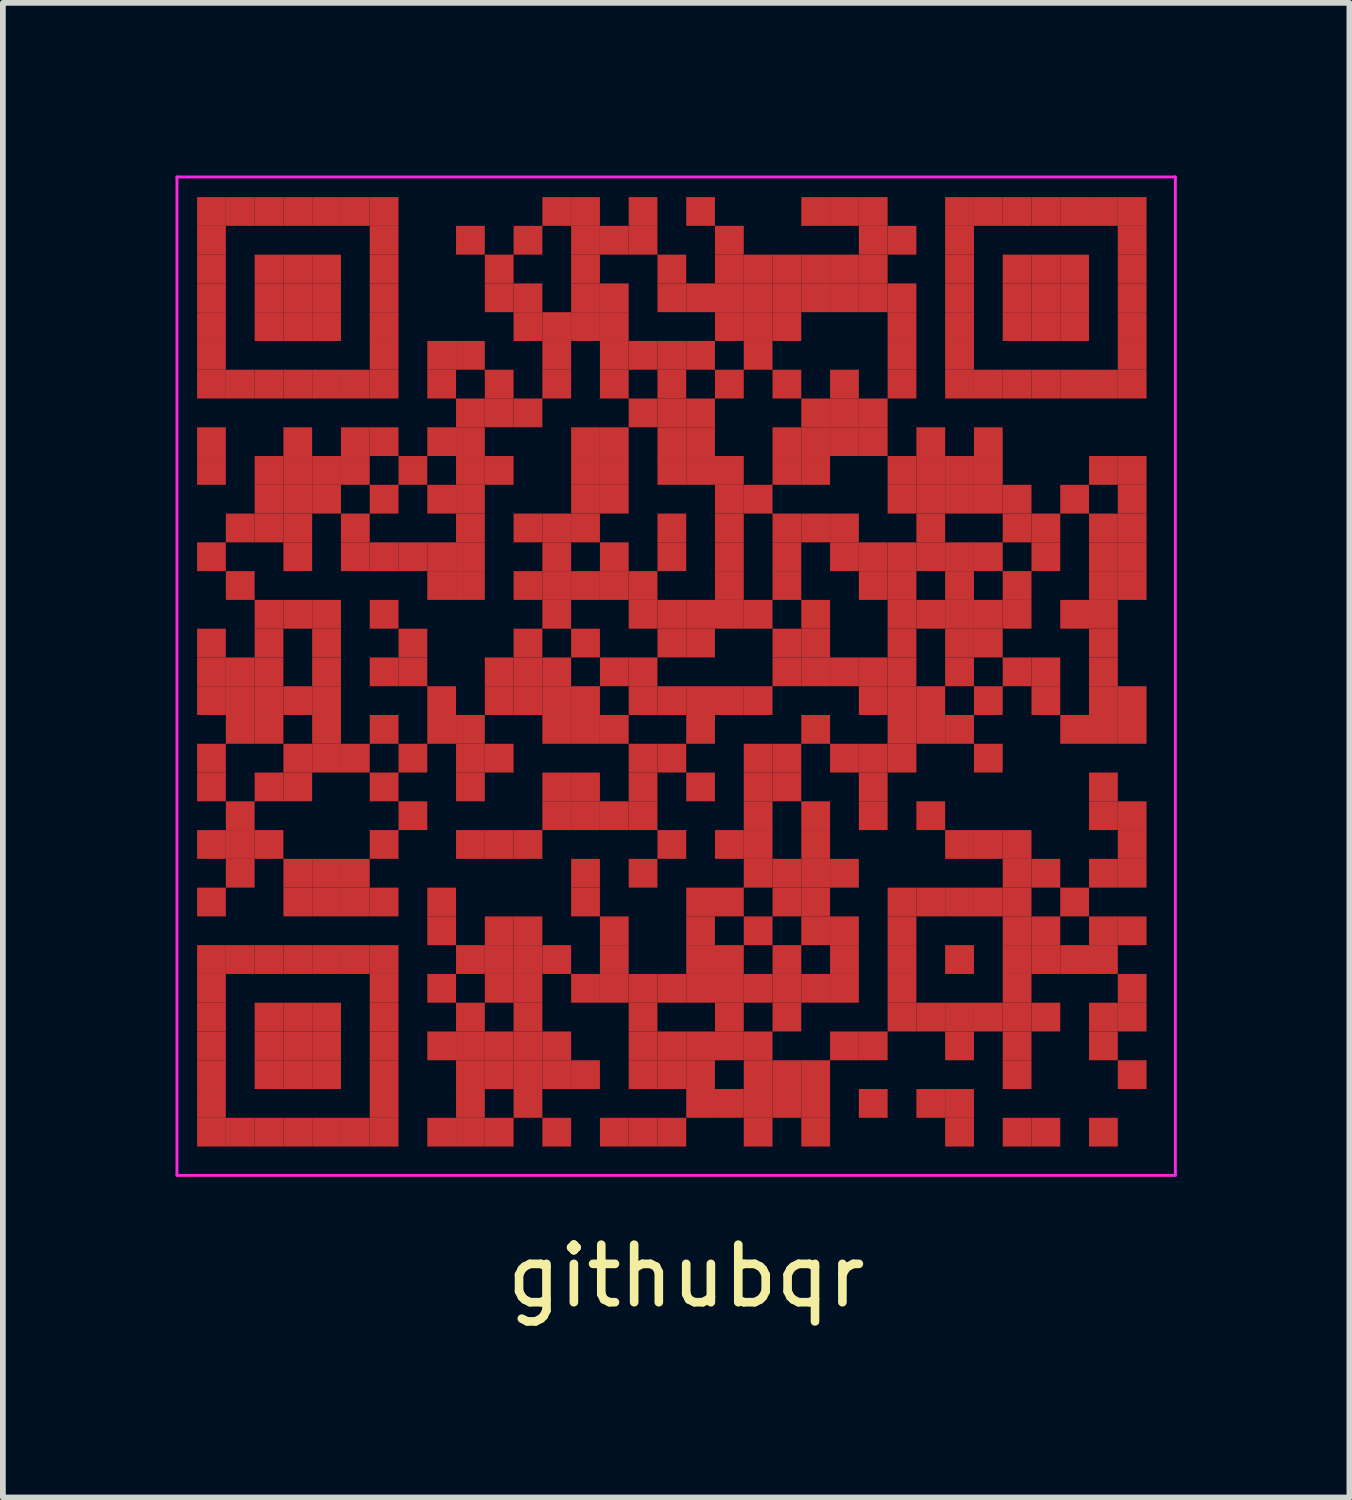
<source format=kicad_pcb>
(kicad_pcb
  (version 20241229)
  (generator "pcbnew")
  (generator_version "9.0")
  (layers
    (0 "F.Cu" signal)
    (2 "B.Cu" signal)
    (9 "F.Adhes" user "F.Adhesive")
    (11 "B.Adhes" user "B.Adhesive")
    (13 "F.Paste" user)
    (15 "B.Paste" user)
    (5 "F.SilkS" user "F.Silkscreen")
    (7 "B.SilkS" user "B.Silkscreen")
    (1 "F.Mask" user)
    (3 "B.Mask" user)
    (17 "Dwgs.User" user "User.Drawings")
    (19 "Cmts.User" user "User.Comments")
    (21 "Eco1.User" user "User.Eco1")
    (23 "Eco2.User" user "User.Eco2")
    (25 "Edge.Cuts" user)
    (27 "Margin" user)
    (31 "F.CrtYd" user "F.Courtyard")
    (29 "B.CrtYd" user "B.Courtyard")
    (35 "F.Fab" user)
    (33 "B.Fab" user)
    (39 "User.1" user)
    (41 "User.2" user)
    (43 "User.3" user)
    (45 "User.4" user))
  (footprint "githubqr"
    (layer "F.Cu")
    (at 8.875 8.875)
    (property "Reference" "githubqr" (at 0 10.25 0) (layer "F.SilkS") (effects (font (size 1 1) (thickness 0.15))))
    (attr through_hole)
    (fp_poly (pts (xy 8.5 8.5) (xy 8.5 -8.8) (xy -8.8 -8.8) (xy -8.8 8.5)) (stroke (width 0) (type solid)) (fill yes) (layer "F.Mask"))
    (fp_line (start -8.85 -8.85) (end 8.5 -8.85) (stroke (width 0.05) (type solid)) (layer "F.CrtYd"))
    (fp_line (start -8.85 8.5) (end -8.85 -8.85) (stroke (width 0.05) (type solid)) (layer "F.CrtYd"))
    (fp_line (start 8.5 -8.85) (end 8.5 8.5) (stroke (width 0.05) (type solid)) (layer "F.CrtYd"))
    (fp_line (start 8.5 8.5) (end -8.85 8.5) (stroke (width 0.05) (type solid)) (layer "F.CrtYd"))
    (pad "" smd rect (at -8.25 -8.25) (size 0.5 0.5) (layers "F.Cu"))
    (pad "" smd rect (at -8.25 -7.75) (size 0.5 0.5) (layers "F.Cu"))
    (pad "" smd rect (at -8.25 -7.25) (size 0.5 0.5) (layers "F.Cu"))
    (pad "" smd rect (at -8.25 -6.75) (size 0.5 0.5) (layers "F.Cu"))
    (pad "" smd rect (at -8.25 -6.25) (size 0.5 0.5) (layers "F.Cu"))
    (pad "" smd rect (at -8.25 -5.75) (size 0.5 0.5) (layers "F.Cu"))
    (pad "" smd rect (at -8.25 -5.25) (size 0.5 0.5) (layers "F.Cu"))
    (pad "" smd rect (at -8.25 -4.25) (size 0.5 0.5) (layers "F.Cu"))
    (pad "" smd rect (at -8.25 -3.75) (size 0.5 0.5) (layers "F.Cu"))
    (pad "" smd rect (at -8.25 -2.25) (size 0.5 0.5) (layers "F.Cu"))
    (pad "" smd rect (at -8.25 -0.75) (size 0.5 0.5) (layers "F.Cu"))
    (pad "" smd rect (at -8.25 -0.25) (size 0.5 0.5) (layers "F.Cu"))
    (pad "" smd rect (at -8.25 0.25) (size 0.5 0.5) (layers "F.Cu"))
    (pad "" smd rect (at -8.25 1.25) (size 0.5 0.5) (layers "F.Cu"))
    (pad "" smd rect (at -8.25 1.75) (size 0.5 0.5) (layers "F.Cu"))
    (pad "" smd rect (at -8.25 2.75) (size 0.5 0.5) (layers "F.Cu"))
    (pad "" smd rect (at -8.25 3.75) (size 0.5 0.5) (layers "F.Cu"))
    (pad "" smd rect (at -8.25 4.75) (size 0.5 0.5) (layers "F.Cu"))
    (pad "" smd rect (at -8.25 5.25) (size 0.5 0.5) (layers "F.Cu"))
    (pad "" smd rect (at -8.25 5.75) (size 0.5 0.5) (layers "F.Cu"))
    (pad "" smd rect (at -8.25 6.25) (size 0.5 0.5) (layers "F.Cu"))
    (pad "" smd rect (at -8.25 6.75) (size 0.5 0.5) (layers "F.Cu"))
    (pad "" smd rect (at -8.25 7.25) (size 0.5 0.5) (layers "F.Cu"))
    (pad "" smd rect (at -8.25 7.75) (size 0.5 0.5) (layers "F.Cu"))
    (pad "" smd rect (at -7.75 -8.25) (size 0.5 0.5) (layers "F.Cu"))
    (pad "" smd rect (at -7.75 -5.25) (size 0.5 0.5) (layers "F.Cu"))
    (pad "" smd rect (at -7.75 -2.75) (size 0.5 0.5) (layers "F.Cu"))
    (pad "" smd rect (at -7.75 -1.75) (size 0.5 0.5) (layers "F.Cu"))
    (pad "" smd rect (at -7.75 -0.25) (size 0.5 0.5) (layers "F.Cu"))
    (pad "" smd rect (at -7.75 0.25) (size 0.5 0.5) (layers "F.Cu"))
    (pad "" smd rect (at -7.75 0.75) (size 0.5 0.5) (layers "F.Cu"))
    (pad "" smd rect (at -7.75 2.25) (size 0.5 0.5) (layers "F.Cu"))
    (pad "" smd rect (at -7.75 2.75) (size 0.5 0.5) (layers "F.Cu"))
    (pad "" smd rect (at -7.75 3.25) (size 0.5 0.5) (layers "F.Cu"))
    (pad "" smd rect (at -7.75 4.75) (size 0.5 0.5) (layers "F.Cu"))
    (pad "" smd rect (at -7.75 7.75) (size 0.5 0.5) (layers "F.Cu"))
    (pad "" smd rect (at -7.25 -8.25) (size 0.5 0.5) (layers "F.Cu"))
    (pad "" smd rect (at -7.25 -7.25) (size 0.5 0.5) (layers "F.Cu"))
    (pad "" smd rect (at -7.25 -6.75) (size 0.5 0.5) (layers "F.Cu"))
    (pad "" smd rect (at -7.25 -6.25) (size 0.5 0.5) (layers "F.Cu"))
    (pad "" smd rect (at -7.25 -5.25) (size 0.5 0.5) (layers "F.Cu"))
    (pad "" smd rect (at -7.25 -3.75) (size 0.5 0.5) (layers "F.Cu"))
    (pad "" smd rect (at -7.25 -3.25) (size 0.5 0.5) (layers "F.Cu"))
    (pad "" smd rect (at -7.25 -2.75) (size 0.5 0.5) (layers "F.Cu"))
    (pad "" smd rect (at -7.25 -1.25) (size 0.5 0.5) (layers "F.Cu"))
    (pad "" smd rect (at -7.25 -0.75) (size 0.5 0.5) (layers "F.Cu"))
    (pad "" smd rect (at -7.25 -0.25) (size 0.5 0.5) (layers "F.Cu"))
    (pad "" smd rect (at -7.25 0.25) (size 0.5 0.5) (layers "F.Cu"))
    (pad "" smd rect (at -7.25 0.75) (size 0.5 0.5) (layers "F.Cu"))
    (pad "" smd rect (at -7.25 1.75) (size 0.5 0.5) (layers "F.Cu"))
    (pad "" smd rect (at -7.25 2.75) (size 0.5 0.5) (layers "F.Cu"))
    (pad "" smd rect (at -7.25 4.75) (size 0.5 0.5) (layers "F.Cu"))
    (pad "" smd rect (at -7.25 5.75) (size 0.5 0.5) (layers "F.Cu"))
    (pad "" smd rect (at -7.25 6.25) (size 0.5 0.5) (layers "F.Cu"))
    (pad "" smd rect (at -7.25 6.75) (size 0.5 0.5) (layers "F.Cu"))
    (pad "" smd rect (at -7.25 7.75) (size 0.5 0.5) (layers "F.Cu"))
    (pad "" smd rect (at -6.75 -8.25) (size 0.5 0.5) (layers "F.Cu"))
    (pad "" smd rect (at -6.75 -7.25) (size 0.5 0.5) (layers "F.Cu"))
    (pad "" smd rect (at -6.75 -6.75) (size 0.5 0.5) (layers "F.Cu"))
    (pad "" smd rect (at -6.75 -6.25) (size 0.5 0.5) (layers "F.Cu"))
    (pad "" smd rect (at -6.75 -5.25) (size 0.5 0.5) (layers "F.Cu"))
    (pad "" smd rect (at -6.75 -4.25) (size 0.5 0.5) (layers "F.Cu"))
    (pad "" smd rect (at -6.75 -3.75) (size 0.5 0.5) (layers "F.Cu"))
    (pad "" smd rect (at -6.75 -3.25) (size 0.5 0.5) (layers "F.Cu"))
    (pad "" smd rect (at -6.75 -2.75) (size 0.5 0.5) (layers "F.Cu"))
    (pad "" smd rect (at -6.75 -2.25) (size 0.5 0.5) (layers "F.Cu"))
    (pad "" smd rect (at -6.75 -1.25) (size 0.5 0.5) (layers "F.Cu"))
    (pad "" smd rect (at -6.75 0.25) (size 0.5 0.5) (layers "F.Cu"))
    (pad "" smd rect (at -6.75 1.25) (size 0.5 0.5) (layers "F.Cu"))
    (pad "" smd rect (at -6.75 1.75) (size 0.5 0.5) (layers "F.Cu"))
    (pad "" smd rect (at -6.75 3.25) (size 0.5 0.5) (layers "F.Cu"))
    (pad "" smd rect (at -6.75 3.75) (size 0.5 0.5) (layers "F.Cu"))
    (pad "" smd rect (at -6.75 4.75) (size 0.5 0.5) (layers "F.Cu"))
    (pad "" smd rect (at -6.75 5.75) (size 0.5 0.5) (layers "F.Cu"))
    (pad "" smd rect (at -6.75 6.25) (size 0.5 0.5) (layers "F.Cu"))
    (pad "" smd rect (at -6.75 6.75) (size 0.5 0.5) (layers "F.Cu"))
    (pad "" smd rect (at -6.75 7.75) (size 0.5 0.5) (layers "F.Cu"))
    (pad "" smd rect (at -6.25 -8.25) (size 0.5 0.5) (layers "F.Cu"))
    (pad "" smd rect (at -6.25 -7.25) (size 0.5 0.5) (layers "F.Cu"))
    (pad "" smd rect (at -6.25 -6.75) (size 0.5 0.5) (layers "F.Cu"))
    (pad "" smd rect (at -6.25 -6.25) (size 0.5 0.5) (layers "F.Cu"))
    (pad "" smd rect (at -6.25 -5.25) (size 0.5 0.5) (layers "F.Cu"))
    (pad "" smd rect (at -6.25 -3.75) (size 0.5 0.5) (layers "F.Cu"))
    (pad "" smd rect (at -6.25 -3.25) (size 0.5 0.5) (layers "F.Cu"))
    (pad "" smd rect (at -6.25 -1.25) (size 0.5 0.5) (layers "F.Cu"))
    (pad "" smd rect (at -6.25 -0.75) (size 0.5 0.5) (layers "F.Cu"))
    (pad "" smd rect (at -6.25 -0.25) (size 0.5 0.5) (layers "F.Cu"))
    (pad "" smd rect (at -6.25 0.25) (size 0.5 0.5) (layers "F.Cu"))
    (pad "" smd rect (at -6.25 0.75) (size 0.5 0.5) (layers "F.Cu"))
    (pad "" smd rect (at -6.25 1.25) (size 0.5 0.5) (layers "F.Cu"))
    (pad "" smd rect (at -6.25 3.25) (size 0.5 0.5) (layers "F.Cu"))
    (pad "" smd rect (at -6.25 3.75) (size 0.5 0.5) (layers "F.Cu"))
    (pad "" smd rect (at -6.25 4.75) (size 0.5 0.5) (layers "F.Cu"))
    (pad "" smd rect (at -6.25 5.75) (size 0.5 0.5) (layers "F.Cu"))
    (pad "" smd rect (at -6.25 6.25) (size 0.5 0.5) (layers "F.Cu"))
    (pad "" smd rect (at -6.25 6.75) (size 0.5 0.5) (layers "F.Cu"))
    (pad "" smd rect (at -6.25 7.75) (size 0.5 0.5) (layers "F.Cu"))
    (pad "" smd rect (at -5.75 -8.25) (size 0.5 0.5) (layers "F.Cu"))
    (pad "" smd rect (at -5.75 -5.25) (size 0.5 0.5) (layers "F.Cu"))
    (pad "" smd rect (at -5.75 -4.25) (size 0.5 0.5) (layers "F.Cu"))
    (pad "" smd rect (at -5.75 -3.75) (size 0.5 0.5) (layers "F.Cu"))
    (pad "" smd rect (at -5.75 -2.75) (size 0.5 0.5) (layers "F.Cu"))
    (pad "" smd rect (at -5.75 -2.25) (size 0.5 0.5) (layers "F.Cu"))
    (pad "" smd rect (at -5.75 1.25) (size 0.5 0.5) (layers "F.Cu"))
    (pad "" smd rect (at -5.75 3.25) (size 0.5 0.5) (layers "F.Cu"))
    (pad "" smd rect (at -5.75 3.75) (size 0.5 0.5) (layers "F.Cu"))
    (pad "" smd rect (at -5.75 4.75) (size 0.5 0.5) (layers "F.Cu"))
    (pad "" smd rect (at -5.75 7.75) (size 0.5 0.5) (layers "F.Cu"))
    (pad "" smd rect (at -5.25 -8.25) (size 0.5 0.5) (layers "F.Cu"))
    (pad "" smd rect (at -5.25 -7.75) (size 0.5 0.5) (layers "F.Cu"))
    (pad "" smd rect (at -5.25 -7.25) (size 0.5 0.5) (layers "F.Cu"))
    (pad "" smd rect (at -5.25 -6.75) (size 0.5 0.5) (layers "F.Cu"))
    (pad "" smd rect (at -5.25 -6.25) (size 0.5 0.5) (layers "F.Cu"))
    (pad "" smd rect (at -5.25 -5.75) (size 0.5 0.5) (layers "F.Cu"))
    (pad "" smd rect (at -5.25 -5.25) (size 0.5 0.5) (layers "F.Cu"))
    (pad "" smd rect (at -5.25 -4.25) (size 0.5 0.5) (layers "F.Cu"))
    (pad "" smd rect (at -5.25 -3.25) (size 0.5 0.5) (layers "F.Cu"))
    (pad "" smd rect (at -5.25 -2.25) (size 0.5 0.5) (layers "F.Cu"))
    (pad "" smd rect (at -5.25 -1.25) (size 0.5 0.5) (layers "F.Cu"))
    (pad "" smd rect (at -5.25 -0.25) (size 0.5 0.5) (layers "F.Cu"))
    (pad "" smd rect (at -5.25 0.75) (size 0.5 0.5) (layers "F.Cu"))
    (pad "" smd rect (at -5.25 1.75) (size 0.5 0.5) (layers "F.Cu"))
    (pad "" smd rect (at -5.25 2.75) (size 0.5 0.5) (layers "F.Cu"))
    (pad "" smd rect (at -5.25 3.75) (size 0.5 0.5) (layers "F.Cu"))
    (pad "" smd rect (at -5.25 4.75) (size 0.5 0.5) (layers "F.Cu"))
    (pad "" smd rect (at -5.25 5.25) (size 0.5 0.5) (layers "F.Cu"))
    (pad "" smd rect (at -5.25 5.75) (size 0.5 0.5) (layers "F.Cu"))
    (pad "" smd rect (at -5.25 6.25) (size 0.5 0.5) (layers "F.Cu"))
    (pad "" smd rect (at -5.25 6.75) (size 0.5 0.5) (layers "F.Cu"))
    (pad "" smd rect (at -5.25 7.25) (size 0.5 0.5) (layers "F.Cu"))
    (pad "" smd rect (at -5.25 7.75) (size 0.5 0.5) (layers "F.Cu"))
    (pad "" smd rect (at -4.75 -3.75) (size 0.5 0.5) (layers "F.Cu"))
    (pad "" smd rect (at -4.75 -2.25) (size 0.5 0.5) (layers "F.Cu"))
    (pad "" smd rect (at -4.75 -0.75) (size 0.5 0.5) (layers "F.Cu"))
    (pad "" smd rect (at -4.75 -0.25) (size 0.5 0.5) (layers "F.Cu"))
    (pad "" smd rect (at -4.75 1.25) (size 0.5 0.5) (layers "F.Cu"))
    (pad "" smd rect (at -4.75 2.25) (size 0.5 0.5) (layers "F.Cu"))
    (pad "" smd rect (at -4.25 -5.75) (size 0.5 0.5) (layers "F.Cu"))
    (pad "" smd rect (at -4.25 -5.25) (size 0.5 0.5) (layers "F.Cu"))
    (pad "" smd rect (at -4.25 -4.25) (size 0.5 0.5) (layers "F.Cu"))
    (pad "" smd rect (at -4.25 -3.25) (size 0.5 0.5) (layers "F.Cu"))
    (pad "" smd rect (at -4.25 -2.25) (size 0.5 0.5) (layers "F.Cu"))
    (pad "" smd rect (at -4.25 -1.75) (size 0.5 0.5) (layers "F.Cu"))
    (pad "" smd rect (at -4.25 0.25) (size 0.5 0.5) (layers "F.Cu"))
    (pad "" smd rect (at -4.25 0.75) (size 0.5 0.5) (layers "F.Cu"))
    (pad "" smd rect (at -4.25 3.75) (size 0.5 0.5) (layers "F.Cu"))
    (pad "" smd rect (at -4.25 4.25) (size 0.5 0.5) (layers "F.Cu"))
    (pad "" smd rect (at -4.25 5.25) (size 0.5 0.5) (layers "F.Cu"))
    (pad "" smd rect (at -4.25 6.25) (size 0.5 0.5) (layers "F.Cu"))
    (pad "" smd rect (at -4.25 7.75) (size 0.5 0.5) (layers "F.Cu"))
    (pad "" smd rect (at -3.75 -7.75) (size 0.5 0.5) (layers "F.Cu"))
    (pad "" smd rect (at -3.75 -5.75) (size 0.5 0.5) (layers "F.Cu"))
    (pad "" smd rect (at -3.75 -4.75) (size 0.5 0.5) (layers "F.Cu"))
    (pad "" smd rect (at -3.75 -4.25) (size 0.5 0.5) (layers "F.Cu"))
    (pad "" smd rect (at -3.75 -3.75) (size 0.5 0.5) (layers "F.Cu"))
    (pad "" smd rect (at -3.75 -3.25) (size 0.5 0.5) (layers "F.Cu"))
    (pad "" smd rect (at -3.75 -2.75) (size 0.5 0.5) (layers "F.Cu"))
    (pad "" smd rect (at -3.75 -2.25) (size 0.5 0.5) (layers "F.Cu"))
    (pad "" smd rect (at -3.75 -1.75) (size 0.5 0.5) (layers "F.Cu"))
    (pad "" smd rect (at -3.75 0.75) (size 0.5 0.5) (layers "F.Cu"))
    (pad "" smd rect (at -3.75 1.25) (size 0.5 0.5) (layers "F.Cu"))
    (pad "" smd rect (at -3.75 1.75) (size 0.5 0.5) (layers "F.Cu"))
    (pad "" smd rect (at -3.75 2.75) (size 0.5 0.5) (layers "F.Cu"))
    (pad "" smd rect (at -3.75 4.75) (size 0.5 0.5) (layers "F.Cu"))
    (pad "" smd rect (at -3.75 5.75) (size 0.5 0.5) (layers "F.Cu"))
    (pad "" smd rect (at -3.75 6.25) (size 0.5 0.5) (layers "F.Cu"))
    (pad "" smd rect (at -3.75 6.75) (size 0.5 0.5) (layers "F.Cu"))
    (pad "" smd rect (at -3.75 7.25) (size 0.5 0.5) (layers "F.Cu"))
    (pad "" smd rect (at -3.75 7.75) (size 0.5 0.5) (layers "F.Cu"))
    (pad "" smd rect (at -3.25 -7.25) (size 0.5 0.5) (layers "F.Cu"))
    (pad "" smd rect (at -3.25 -6.75) (size 0.5 0.5) (layers "F.Cu"))
    (pad "" smd rect (at -3.25 -5.25) (size 0.5 0.5) (layers "F.Cu"))
    (pad "" smd rect (at -3.25 -4.75) (size 0.5 0.5) (layers "F.Cu"))
    (pad "" smd rect (at -3.25 -3.75) (size 0.5 0.5) (layers "F.Cu"))
    (pad "" smd rect (at -3.25 -0.25) (size 0.5 0.5) (layers "F.Cu"))
    (pad "" smd rect (at -3.25 0.25) (size 0.5 0.5) (layers "F.Cu"))
    (pad "" smd rect (at -3.25 1.25) (size 0.5 0.5) (layers "F.Cu"))
    (pad "" smd rect (at -3.25 2.75) (size 0.5 0.5) (layers "F.Cu"))
    (pad "" smd rect (at -3.25 4.25) (size 0.5 0.5) (layers "F.Cu"))
    (pad "" smd rect (at -3.25 4.75) (size 0.5 0.5) (layers "F.Cu"))
    (pad "" smd rect (at -3.25 5.25) (size 0.5 0.5) (layers "F.Cu"))
    (pad "" smd rect (at -3.25 6.25) (size 0.5 0.5) (layers "F.Cu"))
    (pad "" smd rect (at -3.25 6.75) (size 0.5 0.5) (layers "F.Cu"))
    (pad "" smd rect (at -3.25 7.75) (size 0.5 0.5) (layers "F.Cu"))
    (pad "" smd rect (at -2.75 -7.75) (size 0.5 0.5) (layers "F.Cu"))
    (pad "" smd rect (at -2.75 -6.75) (size 0.5 0.5) (layers "F.Cu"))
    (pad "" smd rect (at -2.75 -6.25) (size 0.5 0.5) (layers "F.Cu"))
    (pad "" smd rect (at -2.75 -4.75) (size 0.5 0.5) (layers "F.Cu"))
    (pad "" smd rect (at -2.75 -2.75) (size 0.5 0.5) (layers "F.Cu"))
    (pad "" smd rect (at -2.75 -1.75) (size 0.5 0.5) (layers "F.Cu"))
    (pad "" smd rect (at -2.75 -0.75) (size 0.5 0.5) (layers "F.Cu"))
    (pad "" smd rect (at -2.75 -0.25) (size 0.5 0.5) (layers "F.Cu"))
    (pad "" smd rect (at -2.75 0.25) (size 0.5 0.5) (layers "F.Cu"))
    (pad "" smd rect (at -2.75 2.75) (size 0.5 0.5) (layers "F.Cu"))
    (pad "" smd rect (at -2.75 4.25) (size 0.5 0.5) (layers "F.Cu"))
    (pad "" smd rect (at -2.75 4.75) (size 0.5 0.5) (layers "F.Cu"))
    (pad "" smd rect (at -2.75 5.25) (size 0.5 0.5) (layers "F.Cu"))
    (pad "" smd rect (at -2.75 5.75) (size 0.5 0.5) (layers "F.Cu"))
    (pad "" smd rect (at -2.75 6.25) (size 0.5 0.5) (layers "F.Cu"))
    (pad "" smd rect (at -2.75 6.75) (size 0.5 0.5) (layers "F.Cu"))
    (pad "" smd rect (at -2.75 7.25) (size 0.5 0.5) (layers "F.Cu"))
    (pad "" smd rect (at -2.25 -8.25) (size 0.5 0.5) (layers "F.Cu"))
    (pad "" smd rect (at -2.25 -6.25) (size 0.5 0.5) (layers "F.Cu"))
    (pad "" smd rect (at -2.25 -5.75) (size 0.5 0.5) (layers "F.Cu"))
    (pad "" smd rect (at -2.25 -5.25) (size 0.5 0.5) (layers "F.Cu"))
    (pad "" smd rect (at -2.25 -2.75) (size 0.5 0.5) (layers "F.Cu"))
    (pad "" smd rect (at -2.25 -2.25) (size 0.5 0.5) (layers "F.Cu"))
    (pad "" smd rect (at -2.25 -1.75) (size 0.5 0.5) (layers "F.Cu"))
    (pad "" smd rect (at -2.25 -1.25) (size 0.5 0.5) (layers "F.Cu"))
    (pad "" smd rect (at -2.25 -0.25) (size 0.5 0.5) (layers "F.Cu"))
    (pad "" smd rect (at -2.25 0.25) (size 0.5 0.5) (layers "F.Cu"))
    (pad "" smd rect (at -2.25 0.75) (size 0.5 0.5) (layers "F.Cu"))
    (pad "" smd rect (at -2.25 1.75) (size 0.5 0.5) (layers "F.Cu"))
    (pad "" smd rect (at -2.25 2.25) (size 0.5 0.5) (layers "F.Cu"))
    (pad "" smd rect (at -2.25 4.75) (size 0.5 0.5) (layers "F.Cu"))
    (pad "" smd rect (at -2.25 6.25) (size 0.5 0.5) (layers "F.Cu"))
    (pad "" smd rect (at -2.25 6.75) (size 0.5 0.5) (layers "F.Cu"))
    (pad "" smd rect (at -2.25 7.75) (size 0.5 0.5) (layers "F.Cu"))
    (pad "" smd rect (at -1.75 -8.25) (size 0.5 0.5) (layers "F.Cu"))
    (pad "" smd rect (at -1.75 -7.75) (size 0.5 0.5) (layers "F.Cu"))
    (pad "" smd rect (at -1.75 -7.25) (size 0.5 0.5) (layers "F.Cu"))
    (pad "" smd rect (at -1.75 -6.75) (size 0.5 0.5) (layers "F.Cu"))
    (pad "" smd rect (at -1.75 -6.25) (size 0.5 0.5) (layers "F.Cu"))
    (pad "" smd rect (at -1.75 -4.25) (size 0.5 0.5) (layers "F.Cu"))
    (pad "" smd rect (at -1.75 -3.75) (size 0.5 0.5) (layers "F.Cu"))
    (pad "" smd rect (at -1.75 -3.25) (size 0.5 0.5) (layers "F.Cu"))
    (pad "" smd rect (at -1.75 -2.75) (size 0.5 0.5) (layers "F.Cu"))
    (pad "" smd rect (at -1.75 -1.75) (size 0.5 0.5) (layers "F.Cu"))
    (pad "" smd rect (at -1.75 -0.75) (size 0.5 0.5) (layers "F.Cu"))
    (pad "" smd rect (at -1.75 0.25) (size 0.5 0.5) (layers "F.Cu"))
    (pad "" smd rect (at -1.75 0.75) (size 0.5 0.5) (layers "F.Cu"))
    (pad "" smd rect (at -1.75 1.75) (size 0.5 0.5) (layers "F.Cu"))
    (pad "" smd rect (at -1.75 2.25) (size 0.5 0.5) (layers "F.Cu"))
    (pad "" smd rect (at -1.75 3.25) (size 0.5 0.5) (layers "F.Cu"))
    (pad "" smd rect (at -1.75 3.75) (size 0.5 0.5) (layers "F.Cu"))
    (pad "" smd rect (at -1.75 5.25) (size 0.5 0.5) (layers "F.Cu"))
    (pad "" smd rect (at -1.75 6.75) (size 0.5 0.5) (layers "F.Cu"))
    (pad "" smd rect (at -1.25 -7.75) (size 0.5 0.5) (layers "F.Cu"))
    (pad "" smd rect (at -1.25 -6.75) (size 0.5 0.5) (layers "F.Cu"))
    (pad "" smd rect (at -1.25 -6.25) (size 0.5 0.5) (layers "F.Cu"))
    (pad "" smd rect (at -1.25 -5.75) (size 0.5 0.5) (layers "F.Cu"))
    (pad "" smd rect (at -1.25 -5.25) (size 0.5 0.5) (layers "F.Cu"))
    (pad "" smd rect (at -1.25 -4.25) (size 0.5 0.5) (layers "F.Cu"))
    (pad "" smd rect (at -1.25 -3.75) (size 0.5 0.5) (layers "F.Cu"))
    (pad "" smd rect (at -1.25 -3.25) (size 0.5 0.5) (layers "F.Cu"))
    (pad "" smd rect (at -1.25 -2.25) (size 0.5 0.5) (layers "F.Cu"))
    (pad "" smd rect (at -1.25 -1.75) (size 0.5 0.5) (layers "F.Cu"))
    (pad "" smd rect (at -1.25 -0.25) (size 0.5 0.5) (layers "F.Cu"))
    (pad "" smd rect (at -1.25 0.75) (size 0.5 0.5) (layers "F.Cu"))
    (pad "" smd rect (at -1.25 2.25) (size 0.5 0.5) (layers "F.Cu"))
    (pad "" smd rect (at -1.25 4.25) (size 0.5 0.5) (layers "F.Cu"))
    (pad "" smd rect (at -1.25 4.75) (size 0.5 0.5) (layers "F.Cu"))
    (pad "" smd rect (at -1.25 5.25) (size 0.5 0.5) (layers "F.Cu"))
    (pad "" smd rect (at -1.25 7.75) (size 0.5 0.5) (layers "F.Cu"))
    (pad "" smd rect (at -0.75 -8.25) (size 0.5 0.5) (layers "F.Cu"))
    (pad "" smd rect (at -0.75 -7.75) (size 0.5 0.5) (layers "F.Cu"))
    (pad "" smd rect (at -0.75 -5.75) (size 0.5 0.5) (layers "F.Cu"))
    (pad "" smd rect (at -0.75 -4.75) (size 0.5 0.5) (layers "F.Cu"))
    (pad "" smd rect (at -0.75 -1.75) (size 0.5 0.5) (layers "F.Cu"))
    (pad "" smd rect (at -0.75 -1.25) (size 0.5 0.5) (layers "F.Cu"))
    (pad "" smd rect (at -0.75 -0.25) (size 0.5 0.5) (layers "F.Cu"))
    (pad "" smd rect (at -0.75 0.25) (size 0.5 0.5) (layers "F.Cu"))
    (pad "" smd rect (at -0.75 1.25) (size 0.5 0.5) (layers "F.Cu"))
    (pad "" smd rect (at -0.75 1.75) (size 0.5 0.5) (layers "F.Cu"))
    (pad "" smd rect (at -0.75 2.25) (size 0.5 0.5) (layers "F.Cu"))
    (pad "" smd rect (at -0.75 3.25) (size 0.5 0.5) (layers "F.Cu"))
    (pad "" smd rect (at -0.75 5.25) (size 0.5 0.5) (layers "F.Cu"))
    (pad "" smd rect (at -0.75 5.75) (size 0.5 0.5) (layers "F.Cu"))
    (pad "" smd rect (at -0.75 6.25) (size 0.5 0.5) (layers "F.Cu"))
    (pad "" smd rect (at -0.75 6.75) (size 0.5 0.5) (layers "F.Cu"))
    (pad "" smd rect (at -0.75 7.75) (size 0.5 0.5) (layers "F.Cu"))
    (pad "" smd rect (at -0.25 -7.25) (size 0.5 0.5) (layers "F.Cu"))
    (pad "" smd rect (at -0.25 -6.75) (size 0.5 0.5) (layers "F.Cu"))
    (pad "" smd rect (at -0.25 -5.75) (size 0.5 0.5) (layers "F.Cu"))
    (pad "" smd rect (at -0.25 -5.25) (size 0.5 0.5) (layers "F.Cu"))
    (pad "" smd rect (at -0.25 -4.75) (size 0.5 0.5) (layers "F.Cu"))
    (pad "" smd rect (at -0.25 -4.25) (size 0.5 0.5) (layers "F.Cu"))
    (pad "" smd rect (at -0.25 -3.75) (size 0.5 0.5) (layers "F.Cu"))
    (pad "" smd rect (at -0.25 -2.75) (size 0.5 0.5) (layers "F.Cu"))
    (pad "" smd rect (at -0.25 -2.25) (size 0.5 0.5) (layers "F.Cu"))
    (pad "" smd rect (at -0.25 -1.25) (size 0.5 0.5) (layers "F.Cu"))
    (pad "" smd rect (at -0.25 -0.75) (size 0.5 0.5) (layers "F.Cu"))
    (pad "" smd rect (at -0.25 0.25) (size 0.5 0.5) (layers "F.Cu"))
    (pad "" smd rect (at -0.25 1.25) (size 0.5 0.5) (layers "F.Cu"))
    (pad "" smd rect (at -0.25 2.75) (size 0.5 0.5) (layers "F.Cu"))
    (pad "" smd rect (at -0.25 5.25) (size 0.5 0.5) (layers "F.Cu"))
    (pad "" smd rect (at -0.25 6.25) (size 0.5 0.5) (layers "F.Cu"))
    (pad "" smd rect (at -0.25 6.75) (size 0.5 0.5) (layers "F.Cu"))
    (pad "" smd rect (at -0.25 7.75) (size 0.5 0.5) (layers "F.Cu"))
    (pad "" smd rect (at 0.25 -8.25) (size 0.5 0.5) (layers "F.Cu"))
    (pad "" smd rect (at 0.25 -6.75) (size 0.5 0.5) (layers "F.Cu"))
    (pad "" smd rect (at 0.25 -5.75) (size 0.5 0.5) (layers "F.Cu"))
    (pad "" smd rect (at 0.25 -4.75) (size 0.5 0.5) (layers "F.Cu"))
    (pad "" smd rect (at 0.25 -4.25) (size 0.5 0.5) (layers "F.Cu"))
    (pad "" smd rect (at 0.25 -3.75) (size 0.5 0.5) (layers "F.Cu"))
    (pad "" smd rect (at 0.25 -1.25) (size 0.5 0.5) (layers "F.Cu"))
    (pad "" smd rect (at 0.25 -0.75) (size 0.5 0.5) (layers "F.Cu"))
    (pad "" smd rect (at 0.25 0.25) (size 0.5 0.5) (layers "F.Cu"))
    (pad "" smd rect (at 0.25 0.75) (size 0.5 0.5) (layers "F.Cu"))
    (pad "" smd rect (at 0.25 1.75) (size 0.5 0.5) (layers "F.Cu"))
    (pad "" smd rect (at 0.25 3.75) (size 0.5 0.5) (layers "F.Cu"))
    (pad "" smd rect (at 0.25 4.25) (size 0.5 0.5) (layers "F.Cu"))
    (pad "" smd rect (at 0.25 4.75) (size 0.5 0.5) (layers "F.Cu"))
    (pad "" smd rect (at 0.25 5.25) (size 0.5 0.5) (layers "F.Cu"))
    (pad "" smd rect (at 0.25 6.25) (size 0.5 0.5) (layers "F.Cu"))
    (pad "" smd rect (at 0.25 6.75) (size 0.5 0.5) (layers "F.Cu"))
    (pad "" smd rect (at 0.25 7.25) (size 0.5 0.5) (layers "F.Cu"))
    (pad "" smd rect (at 0.75 -7.75) (size 0.5 0.5) (layers "F.Cu"))
    (pad "" smd rect (at 0.75 -7.25) (size 0.5 0.5) (layers "F.Cu"))
    (pad "" smd rect (at 0.75 -6.75) (size 0.5 0.5) (layers "F.Cu"))
    (pad "" smd rect (at 0.75 -6.25) (size 0.5 0.5) (layers "F.Cu"))
    (pad "" smd rect (at 0.75 -5.25) (size 0.5 0.5) (layers "F.Cu"))
    (pad "" smd rect (at 0.75 -3.75) (size 0.5 0.5) (layers "F.Cu"))
    (pad "" smd rect (at 0.75 -3.25) (size 0.5 0.5) (layers "F.Cu"))
    (pad "" smd rect (at 0.75 -2.75) (size 0.5 0.5) (layers "F.Cu"))
    (pad "" smd rect (at 0.75 -2.25) (size 0.5 0.5) (layers "F.Cu"))
    (pad "" smd rect (at 0.75 -1.75) (size 0.5 0.5) (layers "F.Cu"))
    (pad "" smd rect (at 0.75 -1.25) (size 0.5 0.5) (layers "F.Cu"))
    (pad "" smd rect (at 0.75 0.25) (size 0.5 0.5) (layers "F.Cu"))
    (pad "" smd rect (at 0.75 2.75) (size 0.5 0.5) (layers "F.Cu"))
    (pad "" smd rect (at 0.75 3.75) (size 0.5 0.5) (layers "F.Cu"))
    (pad "" smd rect (at 0.75 4.75) (size 0.5 0.5) (layers "F.Cu"))
    (pad "" smd rect (at 0.75 5.25) (size 0.5 0.5) (layers "F.Cu"))
    (pad "" smd rect (at 0.75 5.75) (size 0.5 0.5) (layers "F.Cu"))
    (pad "" smd rect (at 0.75 6.25) (size 0.5 0.5) (layers "F.Cu"))
    (pad "" smd rect (at 0.75 7.25) (size 0.5 0.5) (layers "F.Cu"))
    (pad "" smd rect (at 1.25 -7.25) (size 0.5 0.5) (layers "F.Cu"))
    (pad "" smd rect (at 1.25 -6.75) (size 0.5 0.5) (layers "F.Cu"))
    (pad "" smd rect (at 1.25 -6.25) (size 0.5 0.5) (layers "F.Cu"))
    (pad "" smd rect (at 1.25 -5.75) (size 0.5 0.5) (layers "F.Cu"))
    (pad "" smd rect (at 1.25 -3.25) (size 0.5 0.5) (layers "F.Cu"))
    (pad "" smd rect (at 1.25 -1.25) (size 0.5 0.5) (layers "F.Cu"))
    (pad "" smd rect (at 1.25 0.25) (size 0.5 0.5) (layers "F.Cu"))
    (pad "" smd rect (at 1.25 1.25) (size 0.5 0.5) (layers "F.Cu"))
    (pad "" smd rect (at 1.25 1.75) (size 0.5 0.5) (layers "F.Cu"))
    (pad "" smd rect (at 1.25 2.25) (size 0.5 0.5) (layers "F.Cu"))
    (pad "" smd rect (at 1.25 2.75) (size 0.5 0.5) (layers "F.Cu"))
    (pad "" smd rect (at 1.25 3.25) (size 0.5 0.5) (layers "F.Cu"))
    (pad "" smd rect (at 1.25 4.25) (size 0.5 0.5) (layers "F.Cu"))
    (pad "" smd rect (at 1.25 5.25) (size 0.5 0.5) (layers "F.Cu"))
    (pad "" smd rect (at 1.25 6.25) (size 0.5 0.5) (layers "F.Cu"))
    (pad "" smd rect (at 1.25 6.75) (size 0.5 0.5) (layers "F.Cu"))
    (pad "" smd rect (at 1.25 7.25) (size 0.5 0.5) (layers "F.Cu"))
    (pad "" smd rect (at 1.25 7.75) (size 0.5 0.5) (layers "F.Cu"))
    (pad "" smd rect (at 1.75 -7.25) (size 0.5 0.5) (layers "F.Cu"))
    (pad "" smd rect (at 1.75 -6.75) (size 0.5 0.5) (layers "F.Cu"))
    (pad "" smd rect (at 1.75 -6.25) (size 0.5 0.5) (layers "F.Cu"))
    (pad "" smd rect (at 1.75 -5.25) (size 0.5 0.5) (layers "F.Cu"))
    (pad "" smd rect (at 1.75 -4.25) (size 0.5 0.5) (layers "F.Cu"))
    (pad "" smd rect (at 1.75 -3.75) (size 0.5 0.5) (layers "F.Cu"))
    (pad "" smd rect (at 1.75 -2.75) (size 0.5 0.5) (layers "F.Cu"))
    (pad "" smd rect (at 1.75 -2.25) (size 0.5 0.5) (layers "F.Cu"))
    (pad "" smd rect (at 1.75 -1.75) (size 0.5 0.5) (layers "F.Cu"))
    (pad "" smd rect (at 1.75 -0.75) (size 0.5 0.5) (layers "F.Cu"))
    (pad "" smd rect (at 1.75 -0.25) (size 0.5 0.5) (layers "F.Cu"))
    (pad "" smd rect (at 1.75 1.25) (size 0.5 0.5) (layers "F.Cu"))
    (pad "" smd rect (at 1.75 1.75) (size 0.5 0.5) (layers "F.Cu"))
    (pad "" smd rect (at 1.75 3.25) (size 0.5 0.5) (layers "F.Cu"))
    (pad "" smd rect (at 1.75 3.75) (size 0.5 0.5) (layers "F.Cu"))
    (pad "" smd rect (at 1.75 4.75) (size 0.5 0.5) (layers "F.Cu"))
    (pad "" smd rect (at 1.75 5.25) (size 0.5 0.5) (layers "F.Cu"))
    (pad "" smd rect (at 1.75 5.75) (size 0.5 0.5) (layers "F.Cu"))
    (pad "" smd rect (at 1.75 6.75) (size 0.5 0.5) (layers "F.Cu"))
    (pad "" smd rect (at 1.75 7.25) (size 0.5 0.5) (layers "F.Cu"))
    (pad "" smd rect (at 2.25 -8.25) (size 0.5 0.5) (layers "F.Cu"))
    (pad "" smd rect (at 2.25 -7.25) (size 0.5 0.5) (layers "F.Cu"))
    (pad "" smd rect (at 2.25 -6.75) (size 0.5 0.5) (layers "F.Cu"))
    (pad "" smd rect (at 2.25 -4.75) (size 0.5 0.5) (layers "F.Cu"))
    (pad "" smd rect (at 2.25 -4.25) (size 0.5 0.5) (layers "F.Cu"))
    (pad "" smd rect (at 2.25 -3.75) (size 0.5 0.5) (layers "F.Cu"))
    (pad "" smd rect (at 2.25 -2.75) (size 0.5 0.5) (layers "F.Cu"))
    (pad "" smd rect (at 2.25 -1.25) (size 0.5 0.5) (layers "F.Cu"))
    (pad "" smd rect (at 2.25 -0.75) (size 0.5 0.5) (layers "F.Cu"))
    (pad "" smd rect (at 2.25 -0.25) (size 0.5 0.5) (layers "F.Cu"))
    (pad "" smd rect (at 2.25 0.75) (size 0.5 0.5) (layers "F.Cu"))
    (pad "" smd rect (at 2.25 2.25) (size 0.5 0.5) (layers "F.Cu"))
    (pad "" smd rect (at 2.25 2.75) (size 0.5 0.5) (layers "F.Cu"))
    (pad "" smd rect (at 2.25 3.25) (size 0.5 0.5) (layers "F.Cu"))
    (pad "" smd rect (at 2.25 3.75) (size 0.5 0.5) (layers "F.Cu"))
    (pad "" smd rect (at 2.25 4.25) (size 0.5 0.5) (layers "F.Cu"))
    (pad "" smd rect (at 2.25 5.25) (size 0.5 0.5) (layers "F.Cu"))
    (pad "" smd rect (at 2.25 6.75) (size 0.5 0.5) (layers "F.Cu"))
    (pad "" smd rect (at 2.25 7.25) (size 0.5 0.5) (layers "F.Cu"))
    (pad "" smd rect (at 2.25 7.75) (size 0.5 0.5) (layers "F.Cu"))
    (pad "" smd rect (at 2.75 -8.25) (size 0.5 0.5) (layers "F.Cu"))
    (pad "" smd rect (at 2.75 -7.25) (size 0.5 0.5) (layers "F.Cu"))
    (pad "" smd rect (at 2.75 -6.75) (size 0.5 0.5) (layers "F.Cu"))
    (pad "" smd rect (at 2.75 -5.25) (size 0.5 0.5) (layers "F.Cu"))
    (pad "" smd rect (at 2.75 -4.75) (size 0.5 0.5) (layers "F.Cu"))
    (pad "" smd rect (at 2.75 -4.25) (size 0.5 0.5) (layers "F.Cu"))
    (pad "" smd rect (at 2.75 -2.75) (size 0.5 0.5) (layers "F.Cu"))
    (pad "" smd rect (at 2.75 -2.25) (size 0.5 0.5) (layers "F.Cu"))
    (pad "" smd rect (at 2.75 -0.25) (size 0.5 0.5) (layers "F.Cu"))
    (pad "" smd rect (at 2.75 1.25) (size 0.5 0.5) (layers "F.Cu"))
    (pad "" smd rect (at 2.75 3.25) (size 0.5 0.5) (layers "F.Cu"))
    (pad "" smd rect (at 2.75 4.25) (size 0.5 0.5) (layers "F.Cu"))
    (pad "" smd rect (at 2.75 4.75) (size 0.5 0.5) (layers "F.Cu"))
    (pad "" smd rect (at 2.75 5.25) (size 0.5 0.5) (layers "F.Cu"))
    (pad "" smd rect (at 2.75 6.25) (size 0.5 0.5) (layers "F.Cu"))
    (pad "" smd rect (at 3.25 -8.25) (size 0.5 0.5) (layers "F.Cu"))
    (pad "" smd rect (at 3.25 -7.75) (size 0.5 0.5) (layers "F.Cu"))
    (pad "" smd rect (at 3.25 -7.25) (size 0.5 0.5) (layers "F.Cu"))
    (pad "" smd rect (at 3.25 -6.75) (size 0.5 0.5) (layers "F.Cu"))
    (pad "" smd rect (at 3.25 -4.75) (size 0.5 0.5) (layers "F.Cu"))
    (pad "" smd rect (at 3.25 -4.25) (size 0.5 0.5) (layers "F.Cu"))
    (pad "" smd rect (at 3.25 -2.25) (size 0.5 0.5) (layers "F.Cu"))
    (pad "" smd rect (at 3.25 -1.75) (size 0.5 0.5) (layers "F.Cu"))
    (pad "" smd rect (at 3.25 -0.25) (size 0.5 0.5) (layers "F.Cu"))
    (pad "" smd rect (at 3.25 0.25) (size 0.5 0.5) (layers "F.Cu"))
    (pad "" smd rect (at 3.25 1.25) (size 0.5 0.5) (layers "F.Cu"))
    (pad "" smd rect (at 3.25 1.75) (size 0.5 0.5) (layers "F.Cu"))
    (pad "" smd rect (at 3.25 2.25) (size 0.5 0.5) (layers "F.Cu"))
    (pad "" smd rect (at 3.25 6.25) (size 0.5 0.5) (layers "F.Cu"))
    (pad "" smd rect (at 3.25 7.25) (size 0.5 0.5) (layers "F.Cu"))
    (pad "" smd rect (at 3.75 -7.75) (size 0.5 0.5) (layers "F.Cu"))
    (pad "" smd rect (at 3.75 -6.75) (size 0.5 0.5) (layers "F.Cu"))
    (pad "" smd rect (at 3.75 -6.25) (size 0.5 0.5) (layers "F.Cu"))
    (pad "" smd rect (at 3.75 -5.75) (size 0.5 0.5) (layers "F.Cu"))
    (pad "" smd rect (at 3.75 -5.25) (size 0.5 0.5) (layers "F.Cu"))
    (pad "" smd rect (at 3.75 -3.75) (size 0.5 0.5) (layers "F.Cu"))
    (pad "" smd rect (at 3.75 -3.25) (size 0.5 0.5) (layers "F.Cu"))
    (pad "" smd rect (at 3.75 -2.25) (size 0.5 0.5) (layers "F.Cu"))
    (pad "" smd rect (at 3.75 -1.75) (size 0.5 0.5) (layers "F.Cu"))
    (pad "" smd rect (at 3.75 -1.25) (size 0.5 0.5) (layers "F.Cu"))
    (pad "" smd rect (at 3.75 -0.75) (size 0.5 0.5) (layers "F.Cu"))
    (pad "" smd rect (at 3.75 -0.25) (size 0.5 0.5) (layers "F.Cu"))
    (pad "" smd rect (at 3.75 0.25) (size 0.5 0.5) (layers "F.Cu"))
    (pad "" smd rect (at 3.75 0.75) (size 0.5 0.5) (layers "F.Cu"))
    (pad "" smd rect (at 3.75 1.25) (size 0.5 0.5) (layers "F.Cu"))
    (pad "" smd rect (at 3.75 3.75) (size 0.5 0.5) (layers "F.Cu"))
    (pad "" smd rect (at 3.75 4.25) (size 0.5 0.5) (layers "F.Cu"))
    (pad "" smd rect (at 3.75 4.75) (size 0.5 0.5) (layers "F.Cu"))
    (pad "" smd rect (at 3.75 5.25) (size 0.5 0.5) (layers "F.Cu"))
    (pad "" smd rect (at 3.75 5.75) (size 0.5 0.5) (layers "F.Cu"))
    (pad "" smd rect (at 4.25 -4.25) (size 0.5 0.5) (layers "F.Cu"))
    (pad "" smd rect (at 4.25 -3.75) (size 0.5 0.5) (layers "F.Cu"))
    (pad "" smd rect (at 4.25 -3.25) (size 0.5 0.5) (layers "F.Cu"))
    (pad "" smd rect (at 4.25 -2.75) (size 0.5 0.5) (layers "F.Cu"))
    (pad "" smd rect (at 4.25 -2.25) (size 0.5 0.5) (layers "F.Cu"))
    (pad "" smd rect (at 4.25 -1.25) (size 0.5 0.5) (layers "F.Cu"))
    (pad "" smd rect (at 4.25 0.25) (size 0.5 0.5) (layers "F.Cu"))
    (pad "" smd rect (at 4.25 0.75) (size 0.5 0.5) (layers "F.Cu"))
    (pad "" smd rect (at 4.25 2.25) (size 0.5 0.5) (layers "F.Cu"))
    (pad "" smd rect (at 4.25 3.75) (size 0.5 0.5) (layers "F.Cu"))
    (pad "" smd rect (at 4.25 5.75) (size 0.5 0.5) (layers "F.Cu"))
    (pad "" smd rect (at 4.25 7.25) (size 0.5 0.5) (layers "F.Cu"))
    (pad "" smd rect (at 4.75 -8.25) (size 0.5 0.5) (layers "F.Cu"))
    (pad "" smd rect (at 4.75 -7.75) (size 0.5 0.5) (layers "F.Cu"))
    (pad "" smd rect (at 4.75 -7.25) (size 0.5 0.5) (layers "F.Cu"))
    (pad "" smd rect (at 4.75 -6.75) (size 0.5 0.5) (layers "F.Cu"))
    (pad "" smd rect (at 4.75 -6.25) (size 0.5 0.5) (layers "F.Cu"))
    (pad "" smd rect (at 4.75 -5.75) (size 0.5 0.5) (layers "F.Cu"))
    (pad "" smd rect (at 4.75 -5.25) (size 0.5 0.5) (layers "F.Cu"))
    (pad "" smd rect (at 4.75 -3.75) (size 0.5 0.5) (layers "F.Cu"))
    (pad "" smd rect (at 4.75 -3.25) (size 0.5 0.5) (layers "F.Cu"))
    (pad "" smd rect (at 4.75 -2.25) (size 0.5 0.5) (layers "F.Cu"))
    (pad "" smd rect (at 4.75 -1.75) (size 0.5 0.5) (layers "F.Cu"))
    (pad "" smd rect (at 4.75 -1.25) (size 0.5 0.5) (layers "F.Cu"))
    (pad "" smd rect (at 4.75 -0.75) (size 0.5 0.5) (layers "F.Cu"))
    (pad "" smd rect (at 4.75 -0.25) (size 0.5 0.5) (layers "F.Cu"))
    (pad "" smd rect (at 4.75 0.75) (size 0.5 0.5) (layers "F.Cu"))
    (pad "" smd rect (at 4.75 2.75) (size 0.5 0.5) (layers "F.Cu"))
    (pad "" smd rect (at 4.75 3.75) (size 0.5 0.5) (layers "F.Cu"))
    (pad "" smd rect (at 4.75 4.75) (size 0.5 0.5) (layers "F.Cu"))
    (pad "" smd rect (at 4.75 5.75) (size 0.5 0.5) (layers "F.Cu"))
    (pad "" smd rect (at 4.75 6.25) (size 0.5 0.5) (layers "F.Cu"))
    (pad "" smd rect (at 4.75 7.25) (size 0.5 0.5) (layers "F.Cu"))
    (pad "" smd rect (at 4.75 7.75) (size 0.5 0.5) (layers "F.Cu"))
    (pad "" smd rect (at 5.25 -8.25) (size 0.5 0.5) (layers "F.Cu"))
    (pad "" smd rect (at 5.25 -5.25) (size 0.5 0.5) (layers "F.Cu"))
    (pad "" smd rect (at 5.25 -4.25) (size 0.5 0.5) (layers "F.Cu"))
    (pad "" smd rect (at 5.25 -3.75) (size 0.5 0.5) (layers "F.Cu"))
    (pad "" smd rect (at 5.25 -3.25) (size 0.5 0.5) (layers "F.Cu"))
    (pad "" smd rect (at 5.25 -2.25) (size 0.5 0.5) (layers "F.Cu"))
    (pad "" smd rect (at 5.25 -1.25) (size 0.5 0.5) (layers "F.Cu"))
    (pad "" smd rect (at 5.25 -0.75) (size 0.5 0.5) (layers "F.Cu"))
    (pad "" smd rect (at 5.25 0.25) (size 0.5 0.5) (layers "F.Cu"))
    (pad "" smd rect (at 5.25 1.25) (size 0.5 0.5) (layers "F.Cu"))
    (pad "" smd rect (at 5.25 2.75) (size 0.5 0.5) (layers "F.Cu"))
    (pad "" smd rect (at 5.25 3.75) (size 0.5 0.5) (layers "F.Cu"))
    (pad "" smd rect (at 5.25 5.75) (size 0.5 0.5) (layers "F.Cu"))
    (pad "" smd rect (at 5.75 -8.25) (size 0.5 0.5) (layers "F.Cu"))
    (pad "" smd rect (at 5.75 -7.25) (size 0.5 0.5) (layers "F.Cu"))
    (pad "" smd rect (at 5.75 -6.75) (size 0.5 0.5) (layers "F.Cu"))
    (pad "" smd rect (at 5.75 -6.25) (size 0.5 0.5) (layers "F.Cu"))
    (pad "" smd rect (at 5.75 -5.25) (size 0.5 0.5) (layers "F.Cu"))
    (pad "" smd rect (at 5.75 -3.25) (size 0.5 0.5) (layers "F.Cu"))
    (pad "" smd rect (at 5.75 -2.75) (size 0.5 0.5) (layers "F.Cu"))
    (pad "" smd rect (at 5.75 -1.75) (size 0.5 0.5) (layers "F.Cu"))
    (pad "" smd rect (at 5.75 -1.25) (size 0.5 0.5) (layers "F.Cu"))
    (pad "" smd rect (at 5.75 -0.25) (size 0.5 0.5) (layers "F.Cu"))
    (pad "" smd rect (at 5.75 2.75) (size 0.5 0.5) (layers "F.Cu"))
    (pad "" smd rect (at 5.75 3.25) (size 0.5 0.5) (layers "F.Cu"))
    (pad "" smd rect (at 5.75 3.75) (size 0.5 0.5) (layers "F.Cu"))
    (pad "" smd rect (at 5.75 4.25) (size 0.5 0.5) (layers "F.Cu"))
    (pad "" smd rect (at 5.75 4.75) (size 0.5 0.5) (layers "F.Cu"))
    (pad "" smd rect (at 5.75 5.25) (size 0.5 0.5) (layers "F.Cu"))
    (pad "" smd rect (at 5.75 5.75) (size 0.5 0.5) (layers "F.Cu"))
    (pad "" smd rect (at 5.75 6.25) (size 0.5 0.5) (layers "F.Cu"))
    (pad "" smd rect (at 5.75 6.75) (size 0.5 0.5) (layers "F.Cu"))
    (pad "" smd rect (at 5.75 7.75) (size 0.5 0.5) (layers "F.Cu"))
    (pad "" smd rect (at 6.25 -8.25) (size 0.5 0.5) (layers "F.Cu"))
    (pad "" smd rect (at 6.25 -7.25) (size 0.5 0.5) (layers "F.Cu"))
    (pad "" smd rect (at 6.25 -6.75) (size 0.5 0.5) (layers "F.Cu"))
    (pad "" smd rect (at 6.25 -6.25) (size 0.5 0.5) (layers "F.Cu"))
    (pad "" smd rect (at 6.25 -5.25) (size 0.5 0.5) (layers "F.Cu"))
    (pad "" smd rect (at 6.25 -2.75) (size 0.5 0.5) (layers "F.Cu"))
    (pad "" smd rect (at 6.25 -2.25) (size 0.5 0.5) (layers "F.Cu"))
    (pad "" smd rect (at 6.25 -0.25) (size 0.5 0.5) (layers "F.Cu"))
    (pad "" smd rect (at 6.25 0.25) (size 0.5 0.5) (layers "F.Cu"))
    (pad "" smd rect (at 6.25 3.25) (size 0.5 0.5) (layers "F.Cu"))
    (pad "" smd rect (at 6.25 4.25) (size 0.5 0.5) (layers "F.Cu"))
    (pad "" smd rect (at 6.25 4.75) (size 0.5 0.5) (layers "F.Cu"))
    (pad "" smd rect (at 6.25 5.75) (size 0.5 0.5) (layers "F.Cu"))
    (pad "" smd rect (at 6.25 7.75) (size 0.5 0.5) (layers "F.Cu"))
    (pad "" smd rect (at 6.75 -8.25) (size 0.5 0.5) (layers "F.Cu"))
    (pad "" smd rect (at 6.75 -7.25) (size 0.5 0.5) (layers "F.Cu"))
    (pad "" smd rect (at 6.75 -6.75) (size 0.5 0.5) (layers "F.Cu"))
    (pad "" smd rect (at 6.75 -6.25) (size 0.5 0.5) (layers "F.Cu"))
    (pad "" smd rect (at 6.75 -5.25) (size 0.5 0.5) (layers "F.Cu"))
    (pad "" smd rect (at 6.75 -3.25) (size 0.5 0.5) (layers "F.Cu"))
    (pad "" smd rect (at 6.75 -1.25) (size 0.5 0.5) (layers "F.Cu"))
    (pad "" smd rect (at 6.75 0.75) (size 0.5 0.5) (layers "F.Cu"))
    (pad "" smd rect (at 6.75 3.75) (size 0.5 0.5) (layers "F.Cu"))
    (pad "" smd rect (at 6.75 4.75) (size 0.5 0.5) (layers "F.Cu"))
    (pad "" smd rect (at 7.25 -8.25) (size 0.5 0.5) (layers "F.Cu"))
    (pad "" smd rect (at 7.25 -5.25) (size 0.5 0.5) (layers "F.Cu"))
    (pad "" smd rect (at 7.25 -3.75) (size 0.5 0.5) (layers "F.Cu"))
    (pad "" smd rect (at 7.25 -2.75) (size 0.5 0.5) (layers "F.Cu"))
    (pad "" smd rect (at 7.25 -2.25) (size 0.5 0.5) (layers "F.Cu"))
    (pad "" smd rect (at 7.25 -1.75) (size 0.5 0.5) (layers "F.Cu"))
    (pad "" smd rect (at 7.25 -1.25) (size 0.5 0.5) (layers "F.Cu"))
    (pad "" smd rect (at 7.25 -0.75) (size 0.5 0.5) (layers "F.Cu"))
    (pad "" smd rect (at 7.25 -0.25) (size 0.5 0.5) (layers "F.Cu"))
    (pad "" smd rect (at 7.25 0.25) (size 0.5 0.5) (layers "F.Cu"))
    (pad "" smd rect (at 7.25 0.75) (size 0.5 0.5) (layers "F.Cu"))
    (pad "" smd rect (at 7.25 1.75) (size 0.5 0.5) (layers "F.Cu"))
    (pad "" smd rect (at 7.25 2.25) (size 0.5 0.5) (layers "F.Cu"))
    (pad "" smd rect (at 7.25 3.25) (size 0.5 0.5) (layers "F.Cu"))
    (pad "" smd rect (at 7.25 4.25) (size 0.5 0.5) (layers "F.Cu"))
    (pad "" smd rect (at 7.25 4.75) (size 0.5 0.5) (layers "F.Cu"))
    (pad "" smd rect (at 7.25 5.75) (size 0.5 0.5) (layers "F.Cu"))
    (pad "" smd rect (at 7.25 6.25) (size 0.5 0.5) (layers "F.Cu"))
    (pad "" smd rect (at 7.25 7.75) (size 0.5 0.5) (layers "F.Cu"))
    (pad "" smd rect (at 7.75 -8.25) (size 0.5 0.5) (layers "F.Cu"))
    (pad "" smd rect (at 7.75 -7.75) (size 0.5 0.5) (layers "F.Cu"))
    (pad "" smd rect (at 7.75 -7.25) (size 0.5 0.5) (layers "F.Cu"))
    (pad "" smd rect (at 7.75 -6.75) (size 0.5 0.5) (layers "F.Cu"))
    (pad "" smd rect (at 7.75 -6.25) (size 0.5 0.5) (layers "F.Cu"))
    (pad "" smd rect (at 7.75 -5.75) (size 0.5 0.5) (layers "F.Cu"))
    (pad "" smd rect (at 7.75 -5.25) (size 0.5 0.5) (layers "F.Cu"))
    (pad "" smd rect (at 7.75 -3.75) (size 0.5 0.5) (layers "F.Cu"))
    (pad "" smd rect (at 7.75 -3.25) (size 0.5 0.5) (layers "F.Cu"))
    (pad "" smd rect (at 7.75 -2.75) (size 0.5 0.5) (layers "F.Cu"))
    (pad "" smd rect (at 7.75 -2.25) (size 0.5 0.5) (layers "F.Cu"))
    (pad "" smd rect (at 7.75 -1.75) (size 0.5 0.5) (layers "F.Cu"))
    (pad "" smd rect (at 7.75 0.25) (size 0.5 0.5) (layers "F.Cu"))
    (pad "" smd rect (at 7.75 0.75) (size 0.5 0.5) (layers "F.Cu"))
    (pad "" smd rect (at 7.75 2.25) (size 0.5 0.5) (layers "F.Cu"))
    (pad "" smd rect (at 7.75 2.75) (size 0.5 0.5) (layers "F.Cu"))
    (pad "" smd rect (at 7.75 3.25) (size 0.5 0.5) (layers "F.Cu"))
    (pad "" smd rect (at 7.75 4.25) (size 0.5 0.5) (layers "F.Cu"))
    (pad "" smd rect (at 7.75 5.25) (size 0.5 0.5) (layers "F.Cu"))
    (pad "" smd rect (at 7.75 5.75) (size 0.5 0.5) (layers "F.Cu"))
    (pad "" smd rect (at 7.75 6.75) (size 0.5 0.5) (layers "F.Cu")))
  (gr_rect
    (start -3 -3)
    (end 20.4 22.973)
    (stroke (width 0.1) (type default))
    (fill no)
    (layer "Edge.Cuts")))
</source>
